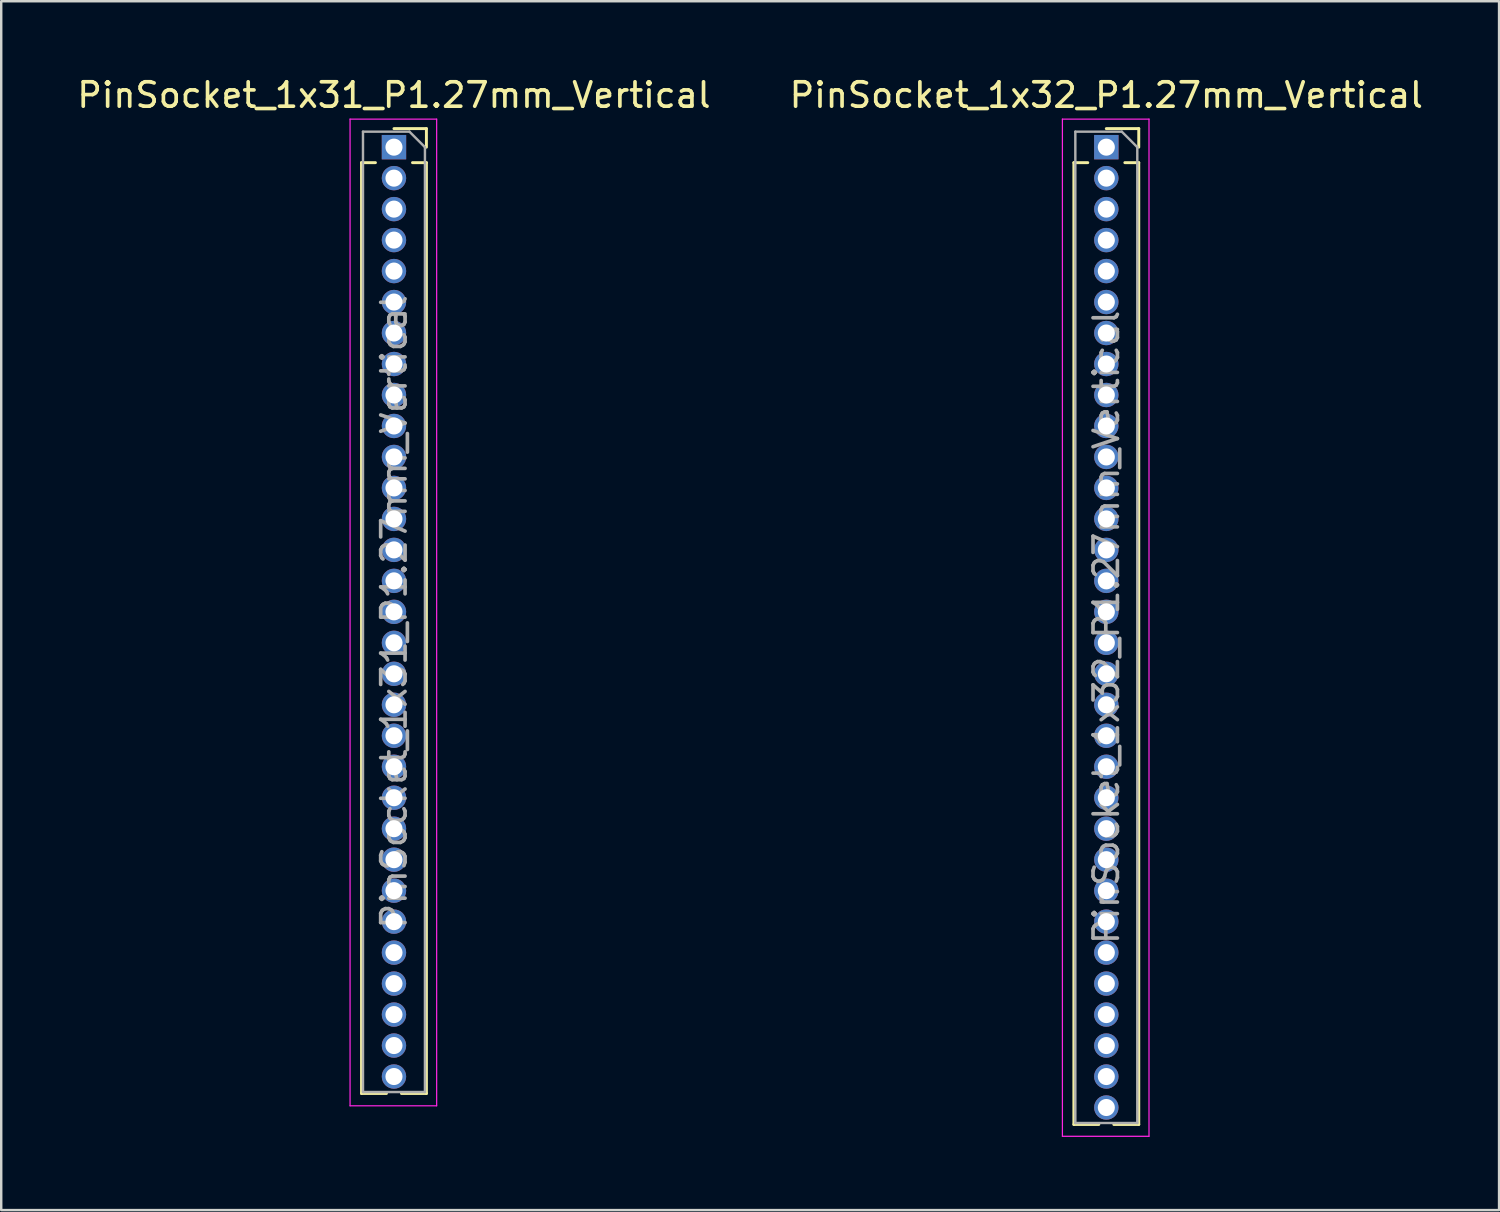
<source format=kicad_pcb>
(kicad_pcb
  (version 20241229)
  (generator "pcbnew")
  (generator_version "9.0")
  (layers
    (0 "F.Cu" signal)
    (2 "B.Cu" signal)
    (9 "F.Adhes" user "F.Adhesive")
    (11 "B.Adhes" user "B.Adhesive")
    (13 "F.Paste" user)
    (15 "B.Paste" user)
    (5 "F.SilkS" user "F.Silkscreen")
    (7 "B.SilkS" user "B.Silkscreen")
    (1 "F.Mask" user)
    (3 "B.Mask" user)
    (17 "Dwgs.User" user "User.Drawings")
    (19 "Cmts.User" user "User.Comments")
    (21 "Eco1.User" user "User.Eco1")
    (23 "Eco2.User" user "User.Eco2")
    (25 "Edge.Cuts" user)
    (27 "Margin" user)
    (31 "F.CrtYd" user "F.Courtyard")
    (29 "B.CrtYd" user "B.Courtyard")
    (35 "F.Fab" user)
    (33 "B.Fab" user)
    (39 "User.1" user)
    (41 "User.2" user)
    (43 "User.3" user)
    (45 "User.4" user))
  (footprint "PinSocket_1x32_P1.27mm_Vertical"
    (layer "F.Cu")
    (at 42.304 2.983)
    (property "Reference" "PinSocket_1x32_P1.27mm_Vertical" (at 0 -2.135 0) (layer "F.SilkS") (effects (font (size 1 1) (thickness 0.15))))
    (attr through_hole)
    (fp_line (start -1.33 0.635) (end -1.33 40.065) (stroke (width 0.12) (type solid)) (layer "F.SilkS"))
    (fp_line (start -1.33 0.635) (end -0.76 0.635) (stroke (width 0.12) (type solid)) (layer "F.SilkS"))
    (fp_line (start -1.33 40.065) (end -0.308 40.065) (stroke (width 0.12) (type solid)) (layer "F.SilkS"))
    (fp_line (start 0 -0.76) (end 1.33 -0.76) (stroke (width 0.12) (type solid)) (layer "F.SilkS"))
    (fp_line (start 0.308 40.065) (end 1.33 40.065) (stroke (width 0.12) (type solid)) (layer "F.SilkS"))
    (fp_line (start 0.76 0.635) (end 1.33 0.635) (stroke (width 0.12) (type solid)) (layer "F.SilkS"))
    (fp_line (start 1.33 -0.76) (end 1.33 0) (stroke (width 0.12) (type solid)) (layer "F.SilkS"))
    (fp_line (start 1.33 0.635) (end 1.33 40.065) (stroke (width 0.12) (type solid)) (layer "F.SilkS"))
    (fp_line (start -1.8 -1.15) (end 1.75 -1.15) (stroke (width 0.05) (type solid)) (layer "F.CrtYd"))
    (fp_line (start -1.8 40.55) (end -1.8 -1.15) (stroke (width 0.05) (type solid)) (layer "F.CrtYd"))
    (fp_line (start 1.75 -1.15) (end 1.75 40.55) (stroke (width 0.05) (type solid)) (layer "F.CrtYd"))
    (fp_line (start 1.75 40.55) (end -1.8 40.55) (stroke (width 0.05) (type solid)) (layer "F.CrtYd"))
    (fp_line (start -1.27 -0.635) (end 0.635 -0.635) (stroke (width 0.1) (type solid)) (layer "F.Fab"))
    (fp_line (start -1.27 40.005) (end -1.27 -0.635) (stroke (width 0.1) (type solid)) (layer "F.Fab"))
    (fp_line (start 0.635 -0.635) (end 1.27 0) (stroke (width 0.1) (type solid)) (layer "F.Fab"))
    (fp_line (start 1.27 0) (end 1.27 40.005) (stroke (width 0.1) (type solid)) (layer "F.Fab"))
    (fp_line (start 1.27 40.005) (end -1.27 40.005) (stroke (width 0.1) (type solid)) (layer "F.Fab"))
    (fp_text user "${REFERENCE}" (at 0 19.685 90) (layer "F.Fab") (effects (font (size 1 1) (thickness 0.15))))
    (pad "1" thru_hole rect (at 0 0) (size 1 1) (drill 0.7) (layers "*.Cu" "*.Mask"))
    (pad "2" thru_hole oval (at 0 1.27) (size 1 1) (drill 0.7) (layers "*.Cu" "*.Mask"))
    (pad "3" thru_hole oval (at 0 2.54) (size 1 1) (drill 0.7) (layers "*.Cu" "*.Mask"))
    (pad "4" thru_hole oval (at 0 3.81) (size 1 1) (drill 0.7) (layers "*.Cu" "*.Mask"))
    (pad "5" thru_hole oval (at 0 5.08) (size 1 1) (drill 0.7) (layers "*.Cu" "*.Mask"))
    (pad "6" thru_hole oval (at 0 6.35) (size 1 1) (drill 0.7) (layers "*.Cu" "*.Mask"))
    (pad "7" thru_hole oval (at 0 7.62) (size 1 1) (drill 0.7) (layers "*.Cu" "*.Mask"))
    (pad "8" thru_hole oval (at 0 8.89) (size 1 1) (drill 0.7) (layers "*.Cu" "*.Mask"))
    (pad "9" thru_hole oval (at 0 10.16) (size 1 1) (drill 0.7) (layers "*.Cu" "*.Mask"))
    (pad "10" thru_hole oval (at 0 11.43) (size 1 1) (drill 0.7) (layers "*.Cu" "*.Mask"))
    (pad "11" thru_hole oval (at 0 12.7) (size 1 1) (drill 0.7) (layers "*.Cu" "*.Mask"))
    (pad "12" thru_hole oval (at 0 13.97) (size 1 1) (drill 0.7) (layers "*.Cu" "*.Mask"))
    (pad "13" thru_hole oval (at 0 15.24) (size 1 1) (drill 0.7) (layers "*.Cu" "*.Mask"))
    (pad "14" thru_hole oval (at 0 16.51) (size 1 1) (drill 0.7) (layers "*.Cu" "*.Mask"))
    (pad "15" thru_hole oval (at 0 17.78) (size 1 1) (drill 0.7) (layers "*.Cu" "*.Mask"))
    (pad "16" thru_hole oval (at 0 19.05) (size 1 1) (drill 0.7) (layers "*.Cu" "*.Mask"))
    (pad "17" thru_hole oval (at 0 20.32) (size 1 1) (drill 0.7) (layers "*.Cu" "*.Mask"))
    (pad "18" thru_hole oval (at 0 21.59) (size 1 1) (drill 0.7) (layers "*.Cu" "*.Mask"))
    (pad "19" thru_hole oval (at 0 22.86) (size 1 1) (drill 0.7) (layers "*.Cu" "*.Mask"))
    (pad "20" thru_hole oval (at 0 24.13) (size 1 1) (drill 0.7) (layers "*.Cu" "*.Mask"))
    (pad "21" thru_hole oval (at 0 25.4) (size 1 1) (drill 0.7) (layers "*.Cu" "*.Mask"))
    (pad "22" thru_hole oval (at 0 26.67) (size 1 1) (drill 0.7) (layers "*.Cu" "*.Mask"))
    (pad "23" thru_hole oval (at 0 27.94) (size 1 1) (drill 0.7) (layers "*.Cu" "*.Mask"))
    (pad "24" thru_hole oval (at 0 29.21) (size 1 1) (drill 0.7) (layers "*.Cu" "*.Mask"))
    (pad "25" thru_hole oval (at 0 30.48) (size 1 1) (drill 0.7) (layers "*.Cu" "*.Mask"))
    (pad "26" thru_hole oval (at 0 31.75) (size 1 1) (drill 0.7) (layers "*.Cu" "*.Mask"))
    (pad "27" thru_hole oval (at 0 33.02) (size 1 1) (drill 0.7) (layers "*.Cu" "*.Mask"))
    (pad "28" thru_hole oval (at 0 34.29) (size 1 1) (drill 0.7) (layers "*.Cu" "*.Mask"))
    (pad "29" thru_hole oval (at 0 35.56) (size 1 1) (drill 0.7) (layers "*.Cu" "*.Mask"))
    (pad "30" thru_hole oval (at 0 36.83) (size 1 1) (drill 0.7) (layers "*.Cu" "*.Mask"))
    (pad "31" thru_hole oval (at 0 38.1) (size 1 1) (drill 0.7) (layers "*.Cu" "*.Mask"))
    (pad "32" thru_hole oval (at 0 39.37) (size 1 1) (drill 0.7) (layers "*.Cu" "*.Mask")))
  (footprint "PinSocket_1x31_P1.27mm_Vertical"
    (layer "F.Cu")
    (at 13.101 2.983)
    (property "Reference" "PinSocket_1x31_P1.27mm_Vertical" (at 0 -2.135 0) (layer "F.SilkS") (effects (font (size 1 1) (thickness 0.15))))
    (attr through_hole)
    (fp_line (start -1.33 0.635) (end -1.33 38.795) (stroke (width 0.12) (type solid)) (layer "F.SilkS"))
    (fp_line (start -1.33 0.635) (end -0.76 0.635) (stroke (width 0.12) (type solid)) (layer "F.SilkS"))
    (fp_line (start -1.33 38.795) (end -0.308 38.795) (stroke (width 0.12) (type solid)) (layer "F.SilkS"))
    (fp_line (start 0 -0.76) (end 1.33 -0.76) (stroke (width 0.12) (type solid)) (layer "F.SilkS"))
    (fp_line (start 0.308 38.795) (end 1.33 38.795) (stroke (width 0.12) (type solid)) (layer "F.SilkS"))
    (fp_line (start 0.76 0.635) (end 1.33 0.635) (stroke (width 0.12) (type solid)) (layer "F.SilkS"))
    (fp_line (start 1.33 -0.76) (end 1.33 0) (stroke (width 0.12) (type solid)) (layer "F.SilkS"))
    (fp_line (start 1.33 0.635) (end 1.33 38.795) (stroke (width 0.12) (type solid)) (layer "F.SilkS"))
    (fp_line (start -1.8 -1.15) (end 1.75 -1.15) (stroke (width 0.05) (type solid)) (layer "F.CrtYd"))
    (fp_line (start -1.8 39.3) (end -1.8 -1.15) (stroke (width 0.05) (type solid)) (layer "F.CrtYd"))
    (fp_line (start 1.75 -1.15) (end 1.75 39.3) (stroke (width 0.05) (type solid)) (layer "F.CrtYd"))
    (fp_line (start 1.75 39.3) (end -1.8 39.3) (stroke (width 0.05) (type solid)) (layer "F.CrtYd"))
    (fp_line (start -1.27 -0.635) (end 0.635 -0.635) (stroke (width 0.1) (type solid)) (layer "F.Fab"))
    (fp_line (start -1.27 38.735) (end -1.27 -0.635) (stroke (width 0.1) (type solid)) (layer "F.Fab"))
    (fp_line (start 0.635 -0.635) (end 1.27 0) (stroke (width 0.1) (type solid)) (layer "F.Fab"))
    (fp_line (start 1.27 0) (end 1.27 38.735) (stroke (width 0.1) (type solid)) (layer "F.Fab"))
    (fp_line (start 1.27 38.735) (end -1.27 38.735) (stroke (width 0.1) (type solid)) (layer "F.Fab"))
    (fp_text user "${REFERENCE}" (at 0 19.05 90) (layer "F.Fab") (effects (font (size 1 1) (thickness 0.15))))
    (pad "1" thru_hole rect (at 0 0) (size 1 1) (drill 0.7) (layers "*.Cu" "*.Mask"))
    (pad "2" thru_hole oval (at 0 1.27) (size 1 1) (drill 0.7) (layers "*.Cu" "*.Mask"))
    (pad "3" thru_hole oval (at 0 2.54) (size 1 1) (drill 0.7) (layers "*.Cu" "*.Mask"))
    (pad "4" thru_hole oval (at 0 3.81) (size 1 1) (drill 0.7) (layers "*.Cu" "*.Mask"))
    (pad "5" thru_hole oval (at 0 5.08) (size 1 1) (drill 0.7) (layers "*.Cu" "*.Mask"))
    (pad "6" thru_hole oval (at 0 6.35) (size 1 1) (drill 0.7) (layers "*.Cu" "*.Mask"))
    (pad "7" thru_hole oval (at 0 7.62) (size 1 1) (drill 0.7) (layers "*.Cu" "*.Mask"))
    (pad "8" thru_hole oval (at 0 8.89) (size 1 1) (drill 0.7) (layers "*.Cu" "*.Mask"))
    (pad "9" thru_hole oval (at 0 10.16) (size 1 1) (drill 0.7) (layers "*.Cu" "*.Mask"))
    (pad "10" thru_hole oval (at 0 11.43) (size 1 1) (drill 0.7) (layers "*.Cu" "*.Mask"))
    (pad "11" thru_hole oval (at 0 12.7) (size 1 1) (drill 0.7) (layers "*.Cu" "*.Mask"))
    (pad "12" thru_hole oval (at 0 13.97) (size 1 1) (drill 0.7) (layers "*.Cu" "*.Mask"))
    (pad "13" thru_hole oval (at 0 15.24) (size 1 1) (drill 0.7) (layers "*.Cu" "*.Mask"))
    (pad "14" thru_hole oval (at 0 16.51) (size 1 1) (drill 0.7) (layers "*.Cu" "*.Mask"))
    (pad "15" thru_hole oval (at 0 17.78) (size 1 1) (drill 0.7) (layers "*.Cu" "*.Mask"))
    (pad "16" thru_hole oval (at 0 19.05) (size 1 1) (drill 0.7) (layers "*.Cu" "*.Mask"))
    (pad "17" thru_hole oval (at 0 20.32) (size 1 1) (drill 0.7) (layers "*.Cu" "*.Mask"))
    (pad "18" thru_hole oval (at 0 21.59) (size 1 1) (drill 0.7) (layers "*.Cu" "*.Mask"))
    (pad "19" thru_hole oval (at 0 22.86) (size 1 1) (drill 0.7) (layers "*.Cu" "*.Mask"))
    (pad "20" thru_hole oval (at 0 24.13) (size 1 1) (drill 0.7) (layers "*.Cu" "*.Mask"))
    (pad "21" thru_hole oval (at 0 25.4) (size 1 1) (drill 0.7) (layers "*.Cu" "*.Mask"))
    (pad "22" thru_hole oval (at 0 26.67) (size 1 1) (drill 0.7) (layers "*.Cu" "*.Mask"))
    (pad "23" thru_hole oval (at 0 27.94) (size 1 1) (drill 0.7) (layers "*.Cu" "*.Mask"))
    (pad "24" thru_hole oval (at 0 29.21) (size 1 1) (drill 0.7) (layers "*.Cu" "*.Mask"))
    (pad "25" thru_hole oval (at 0 30.48) (size 1 1) (drill 0.7) (layers "*.Cu" "*.Mask"))
    (pad "26" thru_hole oval (at 0 31.75) (size 1 1) (drill 0.7) (layers "*.Cu" "*.Mask"))
    (pad "27" thru_hole oval (at 0 33.02) (size 1 1) (drill 0.7) (layers "*.Cu" "*.Mask"))
    (pad "28" thru_hole oval (at 0 34.29) (size 1 1) (drill 0.7) (layers "*.Cu" "*.Mask"))
    (pad "29" thru_hole oval (at 0 35.56) (size 1 1) (drill 0.7) (layers "*.Cu" "*.Mask"))
    (pad "30" thru_hole oval (at 0 36.83) (size 1 1) (drill 0.7) (layers "*.Cu" "*.Mask"))
    (pad "31" thru_hole oval (at 0 38.1) (size 1 1) (drill 0.7) (layers "*.Cu" "*.Mask")))
  (gr_rect
    (start -3 -3)
    (end 58.405 46.558)
    (stroke (width 0.1) (type default))
    (fill no)
    (layer "Edge.Cuts")))
</source>
